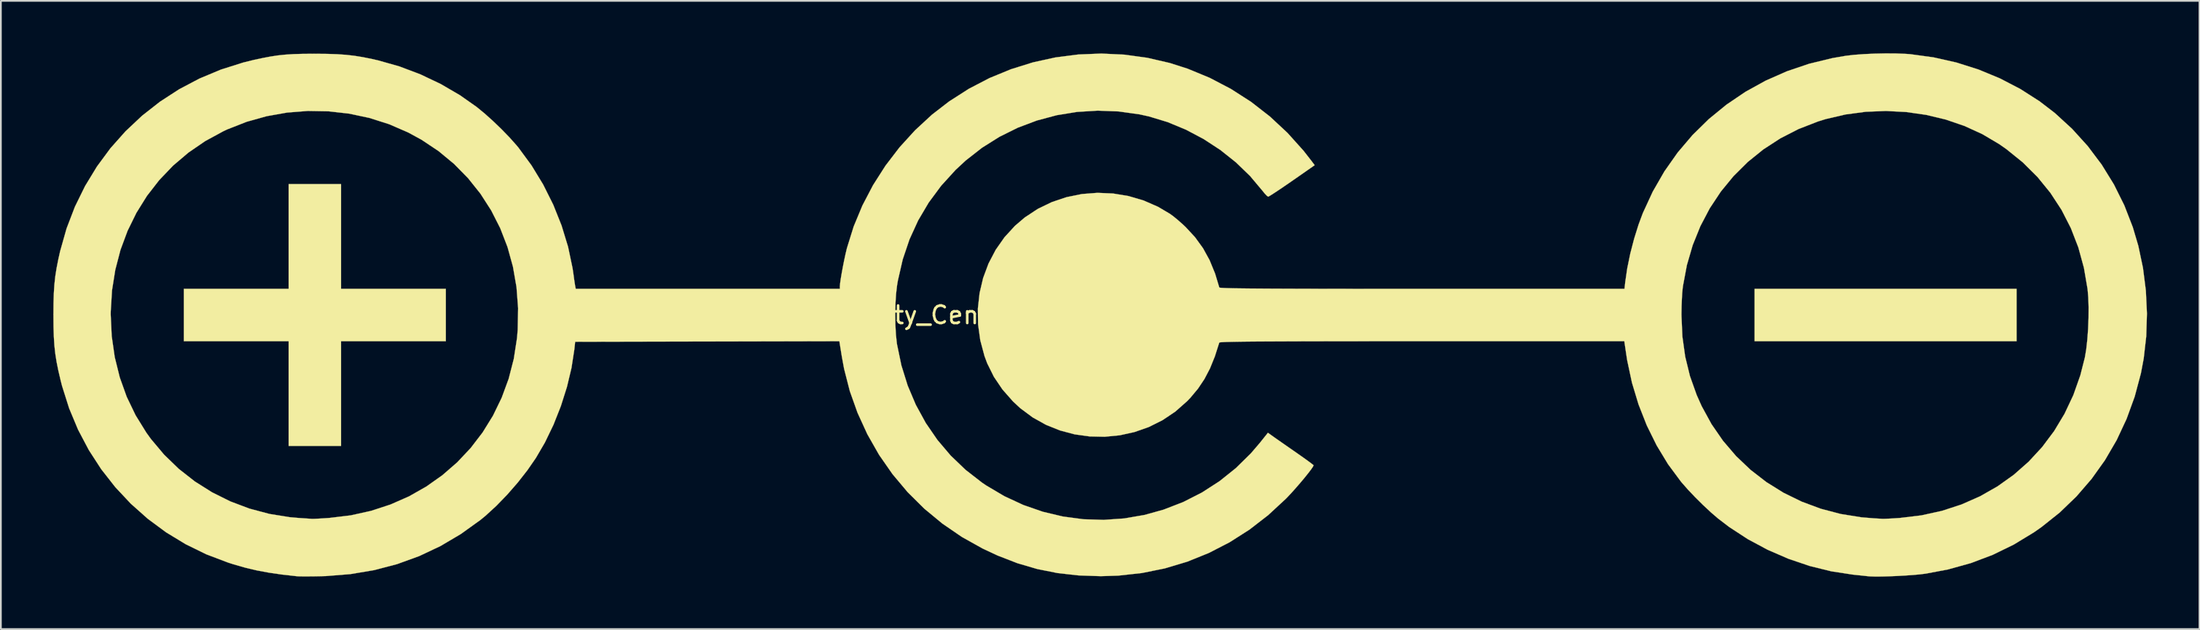
<source format=kicad_pcb>
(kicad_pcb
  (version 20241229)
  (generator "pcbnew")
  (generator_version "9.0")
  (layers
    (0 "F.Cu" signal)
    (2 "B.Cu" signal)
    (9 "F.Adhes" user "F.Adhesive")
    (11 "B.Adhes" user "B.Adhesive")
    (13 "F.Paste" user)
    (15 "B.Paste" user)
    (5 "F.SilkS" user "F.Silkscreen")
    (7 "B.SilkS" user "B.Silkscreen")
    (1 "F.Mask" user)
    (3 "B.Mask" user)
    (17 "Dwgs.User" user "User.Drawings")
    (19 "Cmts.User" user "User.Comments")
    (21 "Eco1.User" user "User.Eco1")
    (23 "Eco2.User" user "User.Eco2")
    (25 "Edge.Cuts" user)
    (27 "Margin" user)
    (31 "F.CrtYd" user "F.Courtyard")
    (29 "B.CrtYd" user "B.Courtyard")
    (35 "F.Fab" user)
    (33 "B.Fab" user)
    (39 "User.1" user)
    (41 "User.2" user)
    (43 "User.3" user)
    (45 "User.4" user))
  (footprint "Polarity_Center_Negative_30mm_SilkScreen"
    (layer "F.Cu")
    (at 59.821 14.971)
    (property "Reference" "Polarity_Center_Negative_30mm_SilkScreen" (at 0 0 0) (layer "F.SilkS") (effects (font (size 1 1) (thickness 0.15))))
    (attr board_only exclude_from_pos_files exclude_from_bom allow_missing_courtyard)
    (fp_poly (pts (xy 52.423 1.498) (xy 37.445 1.498) (xy 37.445 -1.498) (xy 52.423 -1.498) (xy 52.423 1.498)) (stroke (width 0.01) (type solid)) (fill yes) (layer "F.SilkS"))
    (fp_poly (pts (xy -43.373 -1.498) (xy -37.382 -1.498) (xy -37.382 1.498) (xy -43.373 1.498) (xy -43.373 7.489) (xy -46.369 7.489) (xy -46.369 1.498) (xy -52.36 1.498) (xy -52.36 -1.498) (xy -46.369 -1.498) (xy -46.369 -7.489) (xy -43.373 -7.489) (xy -43.373 -1.498)) (stroke (width 0.01) (type solid)) (fill yes) (layer "F.SilkS"))
    (fp_poly (pts (xy 45.536 -14.962) (xy 46.078 -14.941) (xy 46.342 -14.922) (xy 47.673 -14.74) (xy 48.98 -14.446) (xy 50.25 -14.043) (xy 51.473 -13.536) (xy 52.638 -12.93) (xy 53.734 -12.229) (xy 54.607 -11.559) (xy 55.595 -10.653) (xy 56.491 -9.665) (xy 57.29 -8.602) (xy 57.988 -7.47) (xy 58.582 -6.275) (xy 59.068 -5.023) (xy 59.382 -3.963) (xy 59.649 -2.698) (xy 59.814 -1.399) (xy 59.876 -0.087) (xy 59.836 1.216) (xy 59.691 2.488) (xy 59.532 3.332) (xy 59.176 4.666) (xy 58.712 5.942) (xy 58.145 7.155) (xy 57.476 8.302) (xy 56.709 9.377) (xy 55.847 10.375) (xy 54.894 11.293) (xy 53.852 12.125) (xy 53.413 12.432) (xy 52.262 13.131) (xy 51.061 13.717) (xy 49.807 14.191) (xy 48.497 14.555) (xy 47.225 14.794) (xy 46.905 14.834) (xy 46.51 14.87) (xy 46.066 14.901) (xy 45.6 14.927) (xy 45.139 14.946) (xy 44.708 14.958) (xy 44.335 14.96) (xy 44.045 14.951) (xy 43.935 14.942) (xy 43.78 14.925) (xy 43.539 14.899) (xy 43.251 14.869) (xy 43.061 14.849) (xy 41.828 14.66) (xy 40.593 14.355) (xy 39.374 13.942) (xy 38.19 13.428) (xy 37.056 12.82) (xy 35.993 12.126) (xy 35.354 11.638) (xy 34.947 11.288) (xy 34.501 10.872) (xy 34.05 10.425) (xy 33.627 9.979) (xy 33.267 9.569) (xy 33.225 9.517) (xy 32.496 8.533) (xy 31.847 7.461) (xy 31.282 6.317) (xy 30.809 5.115) (xy 30.433 3.869) (xy 30.161 2.595) (xy 30.109 2.262) (xy 29.996 1.498) (xy 18.429 1.498) (xy 16.967 1.498) (xy 15.625 1.498) (xy 14.4 1.499) (xy 13.285 1.5) (xy 12.278 1.502) (xy 11.372 1.504) (xy 10.565 1.507) (xy 9.85 1.51) (xy 9.224 1.513) (xy 8.683 1.517) (xy 8.221 1.522) (xy 7.834 1.528) (xy 7.518 1.534) (xy 7.268 1.54) (xy 7.08 1.548) (xy 6.949 1.556) (xy 6.87 1.565) (xy 6.839 1.575) (xy 6.839 1.576) (xy 6.587 2.365) (xy 6.309 3.052) (xy 5.991 3.66) (xy 5.623 4.211) (xy 5.191 4.728) (xy 4.996 4.932) (xy 4.324 5.525) (xy 3.592 6.016) (xy 2.812 6.406) (xy 1.993 6.693) (xy 1.149 6.879) (xy 0.29 6.963) (xy -0.573 6.945) (xy -1.428 6.826) (xy -2.263 6.604) (xy -3.068 6.281) (xy -3.83 5.856) (xy -4.539 5.329) (xy -4.95 4.947) (xy -5.556 4.26) (xy -6.046 3.535) (xy -6.429 2.763) (xy -6.584 2.346) (xy -6.825 1.445) (xy -6.951 0.537) (xy -6.958 0.022) (xy 33.263 0.022) (xy 33.316 1.229) (xy 33.477 2.382) (xy 33.749 3.494) (xy 34.135 4.577) (xy 34.418 5.211) (xy 34.981 6.241) (xy 35.639 7.195) (xy 36.386 8.069) (xy 37.216 8.858) (xy 38.121 9.558) (xy 39.095 10.165) (xy 40.132 10.673) (xy 41.224 11.08) (xy 42.366 11.381) (xy 43.551 11.571) (xy 44.247 11.628) (xy 44.472 11.641) (xy 44.669 11.653) (xy 44.746 11.658) (xy 44.865 11.658) (xy 45.08 11.649) (xy 45.362 11.634) (xy 45.684 11.613) (xy 45.756 11.608) (xy 46.981 11.46) (xy 48.156 11.202) (xy 49.277 10.836) (xy 50.339 10.367) (xy 51.335 9.8) (xy 52.262 9.139) (xy 53.113 8.389) (xy 53.885 7.553) (xy 54.571 6.637) (xy 55.167 5.645) (xy 55.668 4.581) (xy 56.068 3.449) (xy 56.326 2.434) (xy 56.405 1.966) (xy 56.467 1.408) (xy 56.512 0.796) (xy 56.536 0.165) (xy 56.54 -0.452) (xy 56.522 -1.018) (xy 56.482 -1.481) (xy 56.273 -2.703) (xy 55.954 -3.868) (xy 55.526 -4.973) (xy 54.993 -6.016) (xy 54.355 -6.992) (xy 53.616 -7.899) (xy 52.776 -8.734) (xy 51.838 -9.492) (xy 51.424 -9.781) (xy 50.47 -10.346) (xy 49.448 -10.814) (xy 48.374 -11.182) (xy 47.258 -11.449) (xy 46.115 -11.613) (xy 44.956 -11.673) (xy 43.795 -11.627) (xy 42.646 -11.474) (xy 41.52 -11.212) (xy 41.064 -11.071) (xy 39.955 -10.639) (xy 38.914 -10.105) (xy 37.945 -9.475) (xy 37.052 -8.754) (xy 36.241 -7.948) (xy 35.516 -7.064) (xy 34.882 -6.107) (xy 34.344 -5.083) (xy 33.906 -3.997) (xy 33.573 -2.856) (xy 33.35 -1.665) (xy 33.329 -1.499) (xy 33.305 -1.243) (xy 33.286 -0.9) (xy 33.271 -0.511) (xy 33.264 -0.113) (xy 33.263 0.022) (xy -6.958 0.022) (xy -6.963 -0.367) (xy -6.865 -1.256) (xy -6.662 -2.119) (xy -6.354 -2.947) (xy -5.946 -3.727) (xy -5.441 -4.449) (xy -4.842 -5.103) (xy -4.287 -5.577) (xy -3.537 -6.072) (xy -2.734 -6.461) (xy -1.889 -6.744) (xy -1.016 -6.921) (xy -0.127 -6.99) (xy 0.766 -6.952) (xy 1.65 -6.806) (xy 2.511 -6.553) (xy 3.339 -6.191) (xy 4.025 -5.785) (xy 4.231 -5.632) (xy 4.486 -5.422) (xy 4.752 -5.186) (xy 4.914 -5.034) (xy 5.454 -4.45) (xy 5.908 -3.824) (xy 6.286 -3.137) (xy 6.6 -2.37) (xy 6.84 -1.576) (xy 6.865 -1.566) (xy 6.938 -1.557) (xy 7.062 -1.549) (xy 7.243 -1.541) (xy 7.486 -1.534) (xy 7.793 -1.528) (xy 8.171 -1.523) (xy 8.623 -1.518) (xy 9.155 -1.514) (xy 9.77 -1.51) (xy 10.473 -1.507) (xy 11.269 -1.504) (xy 12.162 -1.502) (xy 13.157 -1.501) (xy 14.258 -1.499) (xy 15.47 -1.498) (xy 16.797 -1.498) (xy 18.243 -1.498) (xy 18.433 -1.498) (xy 30.006 -1.498) (xy 30.049 -1.888) (xy 30.163 -2.67) (xy 30.336 -3.511) (xy 30.557 -4.363) (xy 30.813 -5.182) (xy 31.054 -5.829) (xy 31.622 -7.059) (xy 32.288 -8.216) (xy 33.048 -9.297) (xy 33.897 -10.296) (xy 34.829 -11.211) (xy 35.84 -12.037) (xy 36.924 -12.771) (xy 38.076 -13.407) (xy 39.291 -13.943) (xy 40.564 -14.374) (xy 41.889 -14.696) (xy 42.647 -14.827) (xy 43.125 -14.883) (xy 43.69 -14.925) (xy 44.305 -14.953) (xy 44.933 -14.966) (xy 45.536 -14.962)) (stroke (width 0.01) (type solid)) (fill yes) (layer "F.SilkS"))
    (fp_poly (pts (xy 1.411 -14.895) (xy 2.717 -14.716) (xy 4.006 -14.418) (xy 5.024 -14.093) (xy 6.294 -13.568) (xy 7.506 -12.933) (xy 8.655 -12.195) (xy 9.734 -11.356) (xy 10.737 -10.421) (xy 11.658 -9.396) (xy 12.127 -8.794) (xy 12.293 -8.571) (xy 11.001 -7.671) (xy 10.645 -7.425) (xy 10.321 -7.205) (xy 10.043 -7.02) (xy 9.826 -6.88) (xy 9.685 -6.794) (xy 9.635 -6.771) (xy 9.563 -6.818) (xy 9.445 -6.94) (xy 9.309 -7.108) (xy 8.6 -7.952) (xy 7.793 -8.732) (xy 6.904 -9.44) (xy 5.947 -10.066) (xy 4.937 -10.601) (xy 3.889 -11.036) (xy 2.818 -11.361) (xy 2.272 -11.481) (xy 1.077 -11.647) (xy -0.114 -11.692) (xy -1.294 -11.619) (xy -2.454 -11.431) (xy -3.585 -11.129) (xy -4.679 -10.717) (xy -5.727 -10.197) (xy -6.722 -9.572) (xy -7.654 -8.844) (xy -8.239 -8.301) (xy -9.061 -7.397) (xy -9.774 -6.434) (xy -10.378 -5.411) (xy -10.873 -4.327) (xy -11.259 -3.183) (xy -11.536 -1.977) (xy -11.585 -1.685) (xy -11.641 -1.204) (xy -11.676 -0.641) (xy -11.688 -0.037) (xy -11.679 0.57) (xy -11.647 1.138) (xy -11.594 1.629) (xy -11.586 1.676) (xy -11.336 2.881) (xy -10.976 4.037) (xy -10.51 5.137) (xy -9.942 6.175) (xy -9.276 7.145) (xy -8.516 8.041) (xy -7.666 8.856) (xy -6.73 9.584) (xy -6.49 9.747) (xy -5.449 10.363) (xy -4.365 10.866) (xy -3.247 11.254) (xy -2.102 11.526) (xy -0.939 11.681) (xy 0.233 11.718) (xy 1.407 11.636) (xy 2.573 11.434) (xy 3.647 11.135) (xy 4.777 10.698) (xy 5.849 10.152) (xy 6.855 9.503) (xy 7.788 8.756) (xy 8.643 7.915) (xy 9.157 7.315) (xy 9.62 6.735) (xy 9.912 6.944) (xy 10.056 7.046) (xy 10.281 7.203) (xy 10.564 7.401) (xy 10.884 7.624) (xy 11.218 7.855) (xy 11.528 8.073) (xy 11.8 8.266) (xy 12.018 8.426) (xy 12.167 8.539) (xy 12.231 8.594) (xy 12.232 8.597) (xy 12.192 8.682) (xy 12.082 8.841) (xy 11.915 9.059) (xy 11.707 9.318) (xy 11.47 9.6) (xy 11.219 9.89) (xy 10.969 10.17) (xy 10.732 10.423) (xy 10.643 10.514) (xy 9.631 11.45) (xy 8.557 12.28) (xy 7.425 13.001) (xy 6.239 13.612) (xy 5.006 14.11) (xy 3.728 14.493) (xy 2.412 14.759) (xy 1.062 14.907) (xy 0.062 14.939) (xy -1.21 14.895) (xy -2.413 14.76) (xy -3.57 14.529) (xy -4.702 14.197) (xy -5.833 13.758) (xy -6.693 13.356) (xy -7.877 12.695) (xy -8.989 11.933) (xy -10.025 11.077) (xy -10.978 10.132) (xy -11.842 9.103) (xy -12.612 7.997) (xy -13.282 6.819) (xy -13.843 5.593) (xy -14.285 4.35) (xy -14.612 3.073) (xy -14.742 2.368) (xy -14.882 1.497) (xy -29.987 1.529) (xy -30.034 1.966) (xy -30.197 3.024) (xy -30.458 4.115) (xy -30.805 5.21) (xy -31.228 6.279) (xy -31.717 7.292) (xy -32.232 8.175) (xy -32.717 8.877) (xy -33.272 9.586) (xy -33.872 10.274) (xy -34.493 10.915) (xy -35.109 11.48) (xy -35.403 11.722) (xy -36.522 12.526) (xy -37.688 13.215) (xy -38.903 13.789) (xy -40.166 14.248) (xy -41.477 14.592) (xy -42.835 14.82) (xy -44.241 14.933) (xy -44.528 14.941) (xy -44.909 14.948) (xy -45.265 14.951) (xy -45.568 14.951) (xy -45.793 14.947) (xy -45.901 14.941) (xy -46.747 14.846) (xy -47.5 14.737) (xy -48.191 14.608) (xy -48.851 14.452) (xy -49.511 14.263) (xy -49.833 14.16) (xy -51.076 13.688) (xy -52.258 13.109) (xy -53.375 12.43) (xy -54.421 11.656) (xy -55.391 10.793) (xy -56.28 9.845) (xy -57.083 8.82) (xy -57.793 7.723) (xy -58.407 6.559) (xy -58.919 5.334) (xy -59.324 4.053) (xy -59.406 3.731) (xy -59.535 3.179) (xy -59.635 2.684) (xy -59.709 2.215) (xy -59.761 1.742) (xy -59.793 1.236) (xy -59.811 0.665) (xy -59.816 0) (xy -59.816 -0.031) (xy -56.542 -0.031) (xy -56.484 1.209) (xy -56.311 2.41) (xy -56.024 3.568) (xy -55.627 4.677) (xy -55.119 5.733) (xy -54.503 6.73) (xy -54.24 7.094) (xy -53.485 7.992) (xy -52.646 8.803) (xy -51.73 9.521) (xy -50.747 10.141) (xy -49.705 10.66) (xy -48.611 11.073) (xy -47.475 11.376) (xy -46.304 11.564) (xy -45.839 11.605) (xy -45.547 11.625) (xy -45.292 11.642) (xy -45.105 11.655) (xy -45.027 11.661) (xy -44.921 11.659) (xy -44.718 11.65) (xy -44.443 11.634) (xy -44.124 11.613) (xy -44.032 11.606) (xy -42.819 11.46) (xy -41.654 11.202) (xy -40.542 10.838) (xy -39.488 10.374) (xy -38.499 9.813) (xy -37.578 9.162) (xy -36.731 8.426) (xy -35.963 7.61) (xy -35.28 6.719) (xy -34.686 5.758) (xy -34.188 4.732) (xy -33.789 3.648) (xy -33.496 2.509) (xy -33.312 1.321) (xy -33.272 0.843) (xy -33.249 -0.393) (xy -33.341 -1.598) (xy -33.544 -2.766) (xy -33.855 -3.891) (xy -34.271 -4.966) (xy -34.788 -5.985) (xy -35.403 -6.942) (xy -36.113 -7.831) (xy -36.913 -8.646) (xy -37.8 -9.38) (xy -38.772 -10.028) (xy -39.537 -10.445) (xy -40.623 -10.916) (xy -41.751 -11.275) (xy -42.911 -11.521) (xy -44.089 -11.654) (xy -45.276 -11.674) (xy -46.459 -11.581) (xy -47.627 -11.374) (xy -48.768 -11.055) (xy -49.872 -10.622) (xy -50.099 -10.516) (xy -51.14 -9.95) (xy -52.1 -9.291) (xy -52.978 -8.545) (xy -53.768 -7.718) (xy -54.468 -6.817) (xy -55.072 -5.848) (xy -55.578 -4.817) (xy -55.982 -3.729) (xy -56.279 -2.592) (xy -56.467 -1.412) (xy -56.54 -0.194) (xy -56.542 -0.031) (xy -59.816 -0.031) (xy -59.811 -0.664) (xy -59.794 -1.234) (xy -59.761 -1.741) (xy -59.71 -2.214) (xy -59.636 -2.684) (xy -59.538 -3.182) (xy -59.433 -3.651) (xy -59.065 -4.951) (xy -58.588 -6.195) (xy -58.007 -7.378) (xy -57.328 -8.495) (xy -56.556 -9.541) (xy -55.695 -10.51) (xy -54.75 -11.399) (xy -53.728 -12.201) (xy -52.633 -12.912) (xy -51.47 -13.526) (xy -50.244 -14.039) (xy -48.961 -14.445) (xy -48.366 -14.592) (xy -47.853 -14.702) (xy -47.399 -14.788) (xy -46.975 -14.852) (xy -46.55 -14.896) (xy -46.096 -14.925) (xy -45.582 -14.94) (xy -44.979 -14.945) (xy -44.84 -14.945) (xy -44.172 -14.939) (xy -43.596 -14.92) (xy -43.083 -14.884) (xy -42.602 -14.829) (xy -42.12 -14.751) (xy -41.607 -14.647) (xy -41.255 -14.567) (xy -40.037 -14.222) (xy -38.837 -13.768) (xy -37.677 -13.217) (xy -36.58 -12.578) (xy -35.625 -11.907) (xy -35.171 -11.535) (xy -34.683 -11.097) (xy -34.192 -10.624) (xy -33.731 -10.148) (xy -33.332 -9.699) (xy -33.233 -9.58) (xy -32.483 -8.56) (xy -31.817 -7.465) (xy -31.241 -6.312) (xy -30.764 -5.119) (xy -30.393 -3.903) (xy -30.136 -2.681) (xy -30.081 -2.309) (xy -30.046 -2.048) (xy -30.012 -1.82) (xy -29.987 -1.665) (xy -29.982 -1.638) (xy -29.953 -1.498) (xy -14.853 -1.498) (xy -14.853 -1.646) (xy -14.84 -1.807) (xy -14.804 -2.062) (xy -14.75 -2.383) (xy -14.684 -2.743) (xy -14.611 -3.113) (xy -14.535 -3.467) (xy -14.462 -3.776) (xy -14.448 -3.831) (xy -14.064 -5.064) (xy -13.564 -6.267) (xy -12.956 -7.43) (xy -12.247 -8.541) (xy -11.444 -9.59) (xy -10.555 -10.567) (xy -9.588 -11.461) (xy -8.609 -12.218) (xy -7.48 -12.941) (xy -6.298 -13.556) (xy -5.072 -14.06) (xy -3.811 -14.454) (xy -2.524 -14.736) (xy -1.218 -14.904) (xy 0.096 -14.957) (xy 1.411 -14.895)) (stroke (width 0.01) (type solid)) (fill yes) (layer "F.SilkS")))
  (gr_rect
    (start -3 -3)
    (end 122.702 32.935)
    (stroke (width 0.1) (type default))
    (fill no)
    (layer "Edge.Cuts")))
</source>
